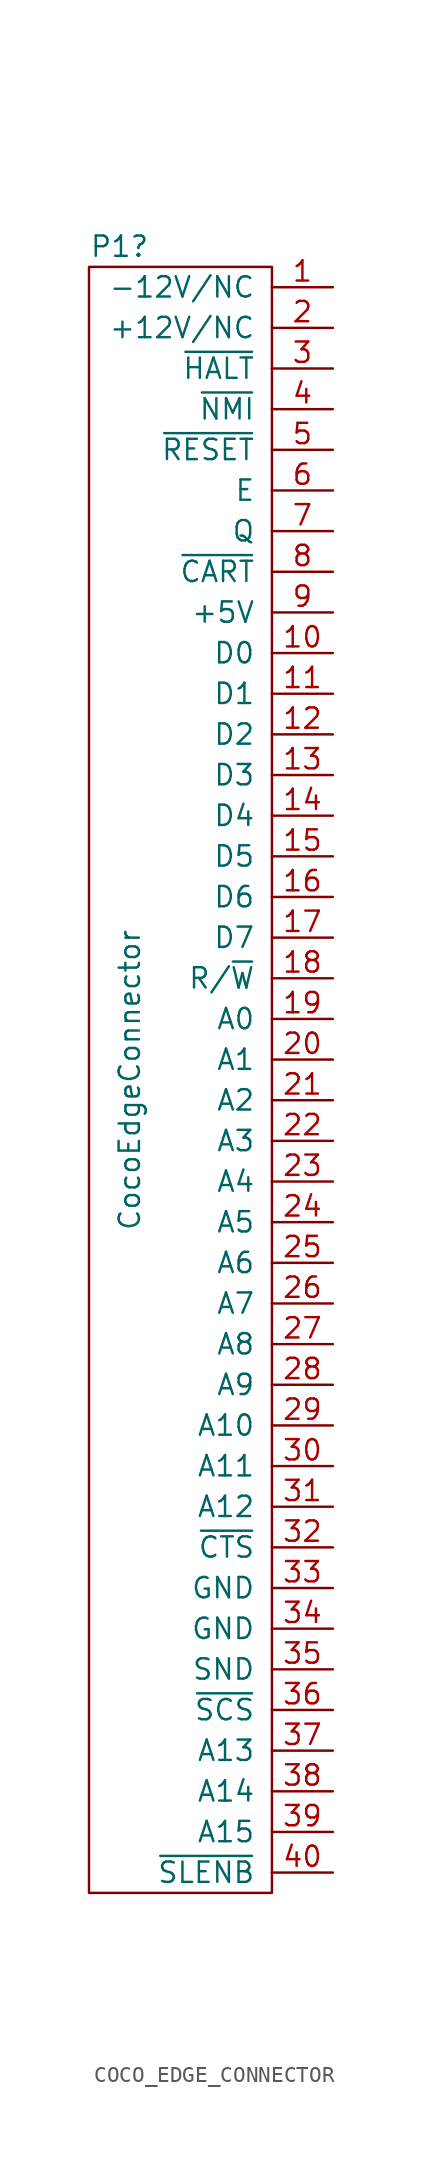
<source format=kicad_sym>
(kicad_symbol_lib
  (version 20241209)
  (generator "kicad_symbol_editor")
  (generator_version "9.0")
  (symbol "COCO_EDGE_CONNECTOR"
    (pin_names
      (offset 1.016))
    (property "Reference" "P1"
      (at -3.175 52.07 0)
      (effects (font (size 1.27 1.27))))
    (property "Value" "CocoEdgeConnector"
      (at -2.54 0 90)
      (effects (font (size 1.27 1.27))))
    (property "Datasheet" ""
      (at -3.175 0 0)
      (effects (font (size 1.27 1.27))))
    (property "Description" ""
      (at 0 0 0)
      (effects (font (size 1.27 1.27))))
    (symbol "COCO_EDGE_CONNECTOR_0_1"
      (rectangle (start -5.08 50.8) (end 6.35 -50.8) (stroke (width 0) (type solid)) (fill (type none))))
    (symbol "COCO_EDGE_CONNECTOR_1_1"
      (pin power_out line (at 10.16 49.53 180) (length 3.81) (name "-12V/NC" (effects (font (size 1.27 1.27)))) (number "1" (effects (font (size 1.27 1.27)))))
      (pin power_out line (at 10.16 46.99 180) (length 3.81) (name "+12V/NC" (effects (font (size 1.27 1.27)))) (number "2" (effects (font (size 1.27 1.27)))))
      (pin passive line (at 10.16 44.45 180) (length 3.81) (name "~{HALT}" (effects (font (size 1.27 1.27)))) (number "3" (effects (font (size 1.27 1.27)))))
      (pin passive line (at 10.16 41.91 180) (length 3.81) (name "~{NMI}" (effects (font (size 1.27 1.27)))) (number "4" (effects (font (size 1.27 1.27)))))
      (pin passive line (at 10.16 39.37 180) (length 3.81) (name "~{RESET}" (effects (font (size 1.27 1.27)))) (number "5" (effects (font (size 1.27 1.27)))))
      (pin passive line (at 10.16 36.83 180) (length 3.81) (name "E" (effects (font (size 1.27 1.27)))) (number "6" (effects (font (size 1.27 1.27)))))
      (pin passive line (at 10.16 34.29 180) (length 3.81) (name "Q" (effects (font (size 1.27 1.27)))) (number "7" (effects (font (size 1.27 1.27)))))
      (pin passive line (at 10.16 31.75 180) (length 3.81) (name "~{CART}" (effects (font (size 1.27 1.27)))) (number "8" (effects (font (size 1.27 1.27)))))
      (pin power_out line (at 10.16 29.21 180) (length 3.81) (name "+5V" (effects (font (size 1.27 1.27)))) (number "9" (effects (font (size 1.27 1.27)))))
      (pin passive line (at 10.16 26.67 180) (length 3.81) (name "D0" (effects (font (size 1.27 1.27)))) (number "10" (effects (font (size 1.27 1.27)))))
      (pin passive line (at 10.16 24.13 180) (length 3.81) (name "D1" (effects (font (size 1.27 1.27)))) (number "11" (effects (font (size 1.27 1.27)))))
      (pin passive line (at 10.16 21.59 180) (length 3.81) (name "D2" (effects (font (size 1.27 1.27)))) (number "12" (effects (font (size 1.27 1.27)))))
      (pin passive line (at 10.16 19.05 180) (length 3.81) (name "D3" (effects (font (size 1.27 1.27)))) (number "13" (effects (font (size 1.27 1.27)))))
      (pin passive line (at 10.16 16.51 180) (length 3.81) (name "D4" (effects (font (size 1.27 1.27)))) (number "14" (effects (font (size 1.27 1.27)))))
      (pin passive line (at 10.16 13.97 180) (length 3.81) (name "D5" (effects (font (size 1.27 1.27)))) (number "15" (effects (font (size 1.27 1.27)))))
      (pin passive line (at 10.16 11.43 180) (length 3.81) (name "D6" (effects (font (size 1.27 1.27)))) (number "16" (effects (font (size 1.27 1.27)))))
      (pin passive line (at 10.16 8.89 180) (length 3.81) (name "D7" (effects (font (size 1.27 1.27)))) (number "17" (effects (font (size 1.27 1.27)))))
      (pin passive line (at 10.16 6.35 180) (length 3.81) (name "R/~{W}" (effects (font (size 1.27 1.27)))) (number "18" (effects (font (size 1.27 1.27)))))
      (pin passive line (at 10.16 3.81 180) (length 3.81) (name "A0" (effects (font (size 1.27 1.27)))) (number "19" (effects (font (size 1.27 1.27)))))
      (pin passive line (at 10.16 1.27 180) (length 3.81) (name "A1" (effects (font (size 1.27 1.27)))) (number "20" (effects (font (size 1.27 1.27)))))
      (pin passive line (at 10.16 -1.27 180) (length 3.81) (name "A2" (effects (font (size 1.27 1.27)))) (number "21" (effects (font (size 1.27 1.27)))))
      (pin passive line (at 10.16 -3.81 180) (length 3.81) (name "A3" (effects (font (size 1.27 1.27)))) (number "22" (effects (font (size 1.27 1.27)))))
      (pin passive line (at 10.16 -6.35 180) (length 3.81) (name "A4" (effects (font (size 1.27 1.27)))) (number "23" (effects (font (size 1.27 1.27)))))
      (pin passive line (at 10.16 -8.89 180) (length 3.81) (name "A5" (effects (font (size 1.27 1.27)))) (number "24" (effects (font (size 1.27 1.27)))))
      (pin passive line (at 10.16 -11.43 180) (length 3.81) (name "A6" (effects (font (size 1.27 1.27)))) (number "25" (effects (font (size 1.27 1.27)))))
      (pin passive line (at 10.16 -13.97 180) (length 3.81) (name "A7" (effects (font (size 1.27 1.27)))) (number "26" (effects (font (size 1.27 1.27)))))
      (pin passive line (at 10.16 -16.51 180) (length 3.81) (name "A8" (effects (font (size 1.27 1.27)))) (number "27" (effects (font (size 1.27 1.27)))))
      (pin passive line (at 10.16 -19.05 180) (length 3.81) (name "A9" (effects (font (size 1.27 1.27)))) (number "28" (effects (font (size 1.27 1.27)))))
      (pin passive line (at 10.16 -21.59 180) (length 3.81) (name "A10" (effects (font (size 1.27 1.27)))) (number "29" (effects (font (size 1.27 1.27)))))
      (pin passive line (at 10.16 -24.13 180) (length 3.81) (name "A11" (effects (font (size 1.27 1.27)))) (number "30" (effects (font (size 1.27 1.27)))))
      (pin passive line (at 10.16 -26.67 180) (length 3.81) (name "A12" (effects (font (size 1.27 1.27)))) (number "31" (effects (font (size 1.27 1.27)))))
      (pin passive line (at 10.16 -29.21 180) (length 3.81) (name "~{CTS}" (effects (font (size 1.27 1.27)))) (number "32" (effects (font (size 1.27 1.27)))))
      (pin power_out line (at 10.16 -31.75 180) (length 3.81) (name "GND" (effects (font (size 1.27 1.27)))) (number "33" (effects (font (size 1.27 1.27)))))
      (pin power_in line (at 10.16 -34.29 180) (length 3.81) (name "GND" (effects (font (size 1.27 1.27)))) (number "34" (effects (font (size 1.27 1.27)))))
      (pin passive line (at 10.16 -36.83 180) (length 3.81) (name "SND" (effects (font (size 1.27 1.27)))) (number "35" (effects (font (size 1.27 1.27)))))
      (pin passive line (at 10.16 -39.37 180) (length 3.81) (name "~{SCS}" (effects (font (size 1.27 1.27)))) (number "36" (effects (font (size 1.27 1.27)))))
      (pin passive line (at 10.16 -41.91 180) (length 3.81) (name "A13" (effects (font (size 1.27 1.27)))) (number "37" (effects (font (size 1.27 1.27)))))
      (pin passive line (at 10.16 -44.45 180) (length 3.81) (name "A14" (effects (font (size 1.27 1.27)))) (number "38" (effects (font (size 1.27 1.27)))))
      (pin passive line (at 10.16 -46.99 180) (length 3.81) (name "A15" (effects (font (size 1.27 1.27)))) (number "39" (effects (font (size 1.27 1.27)))))
      (pin passive line (at 10.16 -49.53 180) (length 3.81) (name "~{SLENB}" (effects (font (size 1.27 1.27)))) (number "40" (effects (font (size 1.27 1.27))))))))
</source>
